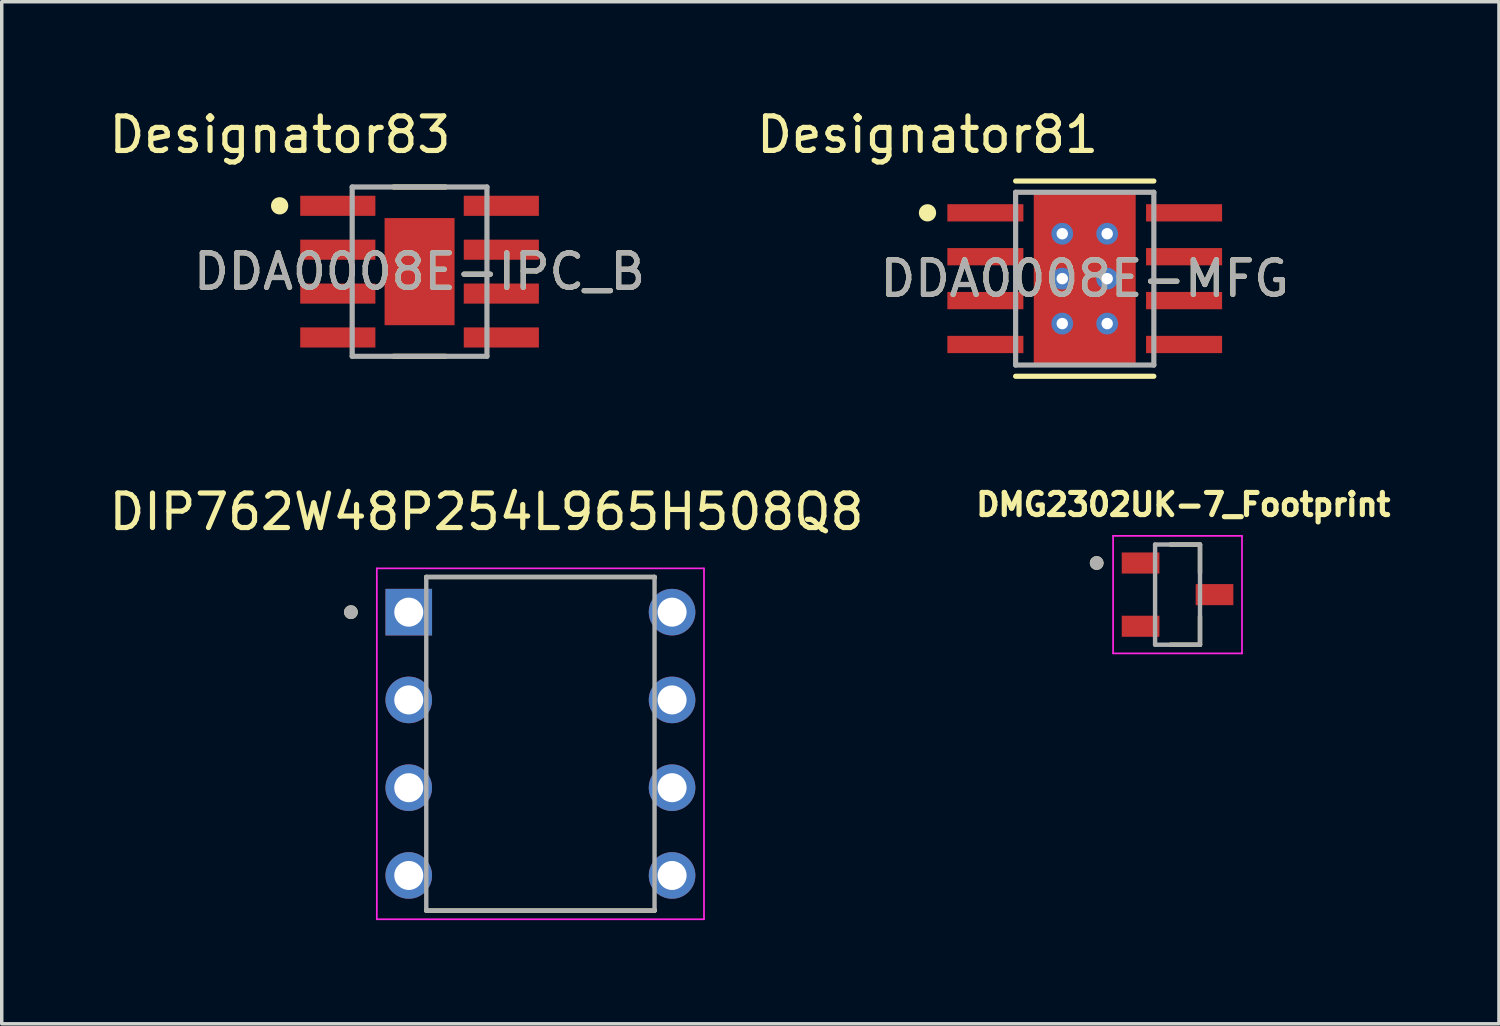
<source format=kicad_pcb>
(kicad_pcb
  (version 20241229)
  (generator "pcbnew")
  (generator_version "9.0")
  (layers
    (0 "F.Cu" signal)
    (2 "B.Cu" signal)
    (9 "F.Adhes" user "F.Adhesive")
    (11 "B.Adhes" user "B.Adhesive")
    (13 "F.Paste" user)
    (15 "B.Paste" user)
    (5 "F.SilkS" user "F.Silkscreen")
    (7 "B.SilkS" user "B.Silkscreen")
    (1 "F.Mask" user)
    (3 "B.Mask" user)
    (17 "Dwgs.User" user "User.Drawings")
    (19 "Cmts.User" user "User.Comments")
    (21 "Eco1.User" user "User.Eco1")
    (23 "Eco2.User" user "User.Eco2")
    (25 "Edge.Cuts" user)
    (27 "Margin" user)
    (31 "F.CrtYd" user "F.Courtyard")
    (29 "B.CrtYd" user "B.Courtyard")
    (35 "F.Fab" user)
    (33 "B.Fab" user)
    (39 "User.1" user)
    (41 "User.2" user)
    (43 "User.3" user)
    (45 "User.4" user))
  (footprint "DDA0008E-MFG"
    (layer "F.Cu")
    (at 28.341 5.014)
    (property "Reference" "DDA0008E-MFG" (at 0 0 0) (unlocked yes) (layer "F.SilkS") (effects (font (size 1 1) (thickness 0.15))))
    (attr smd)
    (fp_poly (pts (xy -1.2 1.5) (xy -1.2 -1.5) (xy -1.15 -1.55) (xy 1.15 -1.55) (xy 1.2 -1.5) (xy 1.2 1.5) (xy 1.15 1.55) (xy -1.15 1.55)) (stroke (width 0) (type solid)) (fill yes) (layer "F.Mask"))
    (fp_line (start -2 -2.825) (end 2 -2.825) (stroke (width 0.15) (type solid)) (layer "F.SilkS"))
    (fp_line (start -2 2.825) (end 2 2.825) (stroke (width 0.15) (type solid)) (layer "F.SilkS"))
    (fp_circle (center -4.55 -1.905) (end -4.425 -1.905) (stroke (width 0.25) (type solid)) (fill no) (layer "F.SilkS"))
    (fp_poly (pts (xy -3.95 0.46) (xy -3.9 0.41) (xy -1.85 0.41) (xy -1.8 0.46) (xy -1.8 0.81) (xy -1.85 0.86) (xy -3.9 0.86) (xy -3.95 0.81)) (stroke (width 0) (type solid)) (fill yes) (layer "F.Paste"))
    (fp_poly (pts (xy -3.9 -0.41) (xy -3.95 -0.46) (xy -3.95 -0.81) (xy -3.9 -0.86) (xy -1.85 -0.86) (xy -1.8 -0.81) (xy -1.8 -0.46) (xy -1.85 -0.41)) (stroke (width 0) (type solid)) (fill yes) (layer "F.Paste"))
    (fp_poly (pts (xy -1.85 -1.68) (xy -3.9 -1.68) (xy -3.95 -1.73) (xy -3.95 -2.08) (xy -3.9 -2.13) (xy -1.85 -2.13) (xy -1.8 -2.08) (xy -1.8 -1.73)) (stroke (width 0) (type solid)) (fill yes) (layer "F.Paste"))
    (fp_poly (pts (xy -1.8 1.73) (xy -1.8 2.08) (xy -1.85 2.13) (xy -3.9 2.13) (xy -3.95 2.08) (xy -3.95 1.73) (xy -3.9 1.68) (xy -1.85 1.68)) (stroke (width 0) (type solid)) (fill yes) (layer "F.Paste"))
    (fp_poly (pts (xy -1.2 1.5) (xy -1.2 -1.5) (xy -1.15 -1.55) (xy 1.15 -1.55) (xy 1.2 -1.5) (xy 1.2 1.5) (xy 1.15 1.55) (xy -1.15 1.55)) (stroke (width 0) (type solid)) (fill yes) (layer "F.Paste"))
    (fp_poly (pts (xy 1.85 0.86) (xy 1.8 0.81) (xy 1.8 0.46) (xy 1.85 0.41) (xy 3.9 0.41) (xy 3.95 0.46) (xy 3.95 0.81) (xy 3.9 0.86)) (stroke (width 0) (type solid)) (fill yes) (layer "F.Paste"))
    (fp_poly (pts (xy 3.9 -1.68) (xy 1.85 -1.68) (xy 1.8 -1.73) (xy 1.8 -2.08) (xy 1.85 -2.13) (xy 3.9 -2.13) (xy 3.95 -2.08) (xy 3.95 -1.73)) (stroke (width 0) (type solid)) (fill yes) (layer "F.Paste"))
    (fp_poly (pts (xy 3.9 -0.86) (xy 3.95 -0.81) (xy 3.95 -0.46) (xy 3.9 -0.41) (xy 1.85 -0.41) (xy 1.8 -0.46) (xy 1.8 -0.81) (xy 1.85 -0.86)) (stroke (width 0) (type solid)) (fill yes) (layer "F.Paste"))
    (fp_poly (pts (xy 3.95 1.73) (xy 3.95 2.08) (xy 3.9 2.13) (xy 1.85 2.13) (xy 1.8 2.08) (xy 1.8 1.73) (xy 1.85 1.68) (xy 3.9 1.68)) (stroke (width 0) (type solid)) (fill yes) (layer "F.Paste"))
    (fp_line (start -2 -2.5) (end 2 -2.5) (stroke (width 0.15) (type solid)) (layer "F.Fab"))
    (fp_line (start -2 2.5) (end -2 -2.5) (stroke (width 0.15) (type solid)) (layer "F.Fab"))
    (fp_line (start -2 2.5) (end 2 2.5) (stroke (width 0.15) (type solid)) (layer "F.Fab"))
    (fp_line (start 2 2.5) (end 2 -2.5) (stroke (width 0.15) (type solid)) (layer "F.Fab"))
    (fp_text user "Designator81" (at -4.547 -4.166 0) (unlocked yes) (layer "F.SilkS") (effects (font (size 1 1) (thickness 0.15))))
    (fp_text user "${REFERENCE}" (at 0 0 0) (unlocked yes) (layer "F.Fab") (effects (font (size 1 1) (thickness 0.15))))
    (pad "1" smd rect (at -2.875 -1.905) (size 2.2 0.5) (layers "F.Cu" "F.Mask"))
    (pad "2" smd rect (at -2.875 -0.635) (size 2.2 0.5) (layers "F.Cu" "F.Mask"))
    (pad "3" smd rect (at -2.875 0.635) (size 2.2 0.5) (layers "F.Cu" "F.Mask"))
    (pad "4" smd rect (at -2.875 1.905) (size 2.2 0.5) (layers "F.Cu" "F.Mask"))
    (pad "5" smd rect (at 2.875 1.905) (size 2.2 0.5) (layers "F.Cu" "F.Mask"))
    (pad "6" smd rect (at 2.875 0.635) (size 2.2 0.5) (layers "F.Cu" "F.Mask"))
    (pad "7" smd rect (at 2.875 -0.635) (size 2.2 0.5) (layers "F.Cu" "F.Mask"))
    (pad "8" smd rect (at 2.875 -1.905) (size 2.2 0.5) (layers "F.Cu" "F.Mask"))
    (pad "9" smd rect (at 0 0) (size 2.95 4.9) (layers "F.Cu"))
    (pad "10" thru_hole circle (at 0.65 1.3) (size 0.63 0.63) (drill 0.33) (layers "*.Cu" "*.Mask"))
    (pad "11" thru_hole circle (at 0.65 0) (size 0.63 0.63) (drill 0.33) (layers "*.Cu" "*.Mask"))
    (pad "12" thru_hole circle (at 0.65 -1.3) (size 0.63 0.63) (drill 0.33) (layers "*.Cu" "*.Mask"))
    (pad "13" thru_hole circle (at -0.65 1.3) (size 0.63 0.63) (drill 0.33) (layers "*.Cu" "*.Mask"))
    (pad "14" thru_hole circle (at -0.65 0) (size 0.63 0.63) (drill 0.33) (layers "*.Cu" "*.Mask"))
    (pad "15" thru_hole circle (at -0.65 -1.3) (size 0.63 0.63) (drill 0.33) (layers "*.Cu" "*.Mask")))
  (footprint "DIP762W48P254L965H508Q8"
    (layer "F.Cu")
    (at 12.589 18.475)
    (property "Reference" "DIP762W48P254L965H508Q8" (at -1.559 -6.713 0) (layer "F.SilkS") (effects (font (size 1 1) (thickness 0.15))))
    (attr through_hole)
    (fp_line (start -3.303 -4.827) (end -3.303 -4.804) (stroke (width 0.127) (type solid)) (layer "F.SilkS"))
    (fp_line (start -3.303 -4.827) (end 3.303 -4.827) (stroke (width 0.127) (type solid)) (layer "F.SilkS"))
    (fp_line (start -3.303 4.827) (end -3.303 4.804) (stroke (width 0.127) (type solid)) (layer "F.SilkS"))
    (fp_line (start -3.303 4.827) (end 3.303 4.827) (stroke (width 0.127) (type solid)) (layer "F.SilkS"))
    (fp_line (start 3.303 -4.827) (end 3.303 -4.804) (stroke (width 0.127) (type solid)) (layer "F.SilkS"))
    (fp_line (start 3.303 4.827) (end 3.303 4.804) (stroke (width 0.127) (type solid)) (layer "F.SilkS"))
    (fp_circle (center -5.484 -3.81) (end -5.384 -3.81) (stroke (width 0.2) (type solid)) (fill no) (layer "F.SilkS"))
    (fp_line (start -4.734 -5.077) (end -4.734 5.077) (stroke (width 0.05) (type solid)) (layer "F.CrtYd"))
    (fp_line (start -4.734 5.077) (end 4.734 5.077) (stroke (width 0.05) (type solid)) (layer "F.CrtYd"))
    (fp_line (start 4.734 -5.077) (end -4.734 -5.077) (stroke (width 0.05) (type solid)) (layer "F.CrtYd"))
    (fp_line (start 4.734 5.077) (end 4.734 -5.077) (stroke (width 0.05) (type solid)) (layer "F.CrtYd"))
    (fp_line (start -3.303 -4.827) (end -3.303 4.827) (stroke (width 0.127) (type solid)) (layer "F.Fab"))
    (fp_line (start -3.303 -4.827) (end 3.303 -4.827) (stroke (width 0.127) (type solid)) (layer "F.Fab"))
    (fp_line (start -3.303 4.827) (end 3.303 4.827) (stroke (width 0.127) (type solid)) (layer "F.Fab"))
    (fp_line (start 3.303 -4.827) (end 3.303 4.827) (stroke (width 0.127) (type solid)) (layer "F.Fab"))
    (fp_circle (center -5.484 -3.81) (end -5.384 -3.81) (stroke (width 0.2) (type solid)) (fill no) (layer "F.Fab"))
    (pad "1" thru_hole rect (at -3.81 -3.81) (size 1.348 1.348) (drill 0.84) (layers "*.Cu" "*.Mask"))
    (pad "2" thru_hole circle (at -3.81 -1.27) (size 1.348 1.348) (drill 0.84) (layers "*.Cu" "*.Mask"))
    (pad "3" thru_hole circle (at -3.81 1.27) (size 1.348 1.348) (drill 0.84) (layers "*.Cu" "*.Mask"))
    (pad "4" thru_hole circle (at -3.81 3.81) (size 1.348 1.348) (drill 0.84) (layers "*.Cu" "*.Mask"))
    (pad "5" thru_hole circle (at 3.81 3.81) (size 1.348 1.348) (drill 0.84) (layers "*.Cu" "*.Mask"))
    (pad "6" thru_hole circle (at 3.81 1.27) (size 1.348 1.348) (drill 0.84) (layers "*.Cu" "*.Mask"))
    (pad "7" thru_hole circle (at 3.81 -1.27) (size 1.348 1.348) (drill 0.84) (layers "*.Cu" "*.Mask"))
    (pad "8" thru_hole circle (at 3.81 -3.81) (size 1.348 1.348) (drill 0.84) (layers "*.Cu" "*.Mask")))
  (footprint "DMG2302UK-7_Footprint"
    (layer "F.Cu")
    (at 31.027 14.158)
    (property "Reference" "DMG2302UK-7_Footprint" (at 0.167 -2.606 0) (layer "F.SilkS") (effects (font (size 0.64 0.64) (thickness 0.15))))
    (attr smd)
    (fp_line (start -0.205 -1.45) (end 0.65 -1.45) (stroke (width 0.127) (type solid)) (layer "F.SilkS"))
    (fp_line (start 0.65 -1.45) (end 0.65 -0.625) (stroke (width 0.127) (type solid)) (layer "F.SilkS"))
    (fp_line (start 0.65 1.45) (end -0.205 1.45) (stroke (width 0.127) (type solid)) (layer "F.SilkS"))
    (fp_line (start 0.65 1.45) (end 0.65 0.625) (stroke (width 0.127) (type solid)) (layer "F.SilkS"))
    (fp_circle (center -2.34 -0.915) (end -2.24 -0.915) (stroke (width 0.2) (type solid)) (fill no) (layer "F.SilkS"))
    (fp_line (start -1.865 -1.7) (end -1.865 1.7) (stroke (width 0.05) (type solid)) (layer "F.CrtYd"))
    (fp_line (start -1.865 1.7) (end 1.865 1.7) (stroke (width 0.05) (type solid)) (layer "F.CrtYd"))
    (fp_line (start 1.865 -1.7) (end -1.865 -1.7) (stroke (width 0.05) (type solid)) (layer "F.CrtYd"))
    (fp_line (start 1.865 1.7) (end 1.865 -1.7) (stroke (width 0.05) (type solid)) (layer "F.CrtYd"))
    (fp_line (start -0.65 -1.45) (end 0.65 -1.45) (stroke (width 0.127) (type solid)) (layer "F.Fab"))
    (fp_line (start -0.65 1.45) (end -0.65 -1.45) (stroke (width 0.127) (type solid)) (layer "F.Fab"))
    (fp_line (start 0.65 -1.45) (end 0.65 1.45) (stroke (width 0.127) (type solid)) (layer "F.Fab"))
    (fp_line (start 0.65 1.45) (end -0.65 1.45) (stroke (width 0.127) (type solid)) (layer "F.Fab"))
    (fp_circle (center -2.34 -0.915) (end -2.24 -0.915) (stroke (width 0.2) (type solid)) (fill no) (layer "F.Fab"))
    (pad "1" smd rect (at -1.07 -0.915) (size 1.09 0.61) (layers "F.Cu" "F.Mask" "F.Paste"))
    (pad "2" smd rect (at -1.07 0.915) (size 1.09 0.61) (layers "F.Cu" "F.Mask" "F.Paste"))
    (pad "3" smd rect (at 1.07 0) (size 1.09 0.61) (layers "F.Cu" "F.Mask" "F.Paste")))
  (footprint "DDA0008E-IPC_B"
    (layer "F.Cu")
    (at 9.092 4.811)
    (property "Reference" "DDA0008E-IPC_B" (at 0 0 0) (unlocked yes) (layer "F.SilkS") (effects (font (size 1 1) (thickness 0.15))))
    (attr smd)
    (fp_line (start -0.75 -2.45) (end 0.75 -2.45) (stroke (width 0.15) (type solid)) (layer "F.SilkS"))
    (fp_line (start -0.75 2.45) (end 0.75 2.45) (stroke (width 0.15) (type solid)) (layer "F.SilkS"))
    (fp_circle (center -4.05 -1.905) (end -3.925 -1.905) (stroke (width 0.25) (type solid)) (fill no) (layer "F.SilkS"))
    (fp_poly (pts (xy -0.568 1.105) (xy 0.568 1.105) (xy 0.568 -1.105) (xy -0.568 -1.105)) (stroke (width 0) (type solid)) (fill yes) (layer "F.Paste"))
    (fp_line (start -1.95 -2.45) (end 1.95 -2.45) (stroke (width 0.15) (type solid)) (layer "F.Fab"))
    (fp_line (start -1.95 2.45) (end -1.95 -2.45) (stroke (width 0.15) (type solid)) (layer "F.Fab"))
    (fp_line (start -1.95 2.45) (end 1.95 2.45) (stroke (width 0.15) (type solid)) (layer "F.Fab"))
    (fp_line (start 1.95 2.45) (end 1.95 -2.45) (stroke (width 0.15) (type solid)) (layer "F.Fab"))
    (fp_text user "Designator83" (at -4.039 -3.962 0) (unlocked yes) (layer "F.SilkS") (effects (font (size 1 1) (thickness 0.15))))
    (fp_text user "${REFERENCE}" (at 0 0 0) (unlocked yes) (layer "F.Fab") (effects (font (size 1 1) (thickness 0.15))))
    (pad "1" smd rect (at -2.366 -1.905) (size 2.174 0.582) (layers "F.Cu" "F.Mask" "F.Paste"))
    (pad "2" smd rect (at -2.366 -0.635) (size 2.174 0.582) (layers "F.Cu" "F.Mask" "F.Paste"))
    (pad "3" smd rect (at -2.366 0.635) (size 2.174 0.582) (layers "F.Cu" "F.Mask" "F.Paste"))
    (pad "4" smd rect (at -2.366 1.905) (size 2.174 0.582) (layers "F.Cu" "F.Mask" "F.Paste"))
    (pad "5" smd rect (at 2.366 1.905) (size 2.174 0.582) (layers "F.Cu" "F.Mask" "F.Paste"))
    (pad "6" smd rect (at 2.366 0.635) (size 2.174 0.582) (layers "F.Cu" "F.Mask" "F.Paste"))
    (pad "7" smd rect (at 2.366 -0.635) (size 2.174 0.582) (layers "F.Cu" "F.Mask" "F.Paste"))
    (pad "8" smd rect (at 2.366 -1.905) (size 2.174 0.582) (layers "F.Cu" "F.Mask" "F.Paste"))
    (pad "9" smd rect (at 0 0) (size 2.025 3.1) (layers "F.Cu" "F.Mask")))
  (gr_rect
    (start -3 -3)
    (end 40.328 26.577)
    (stroke (width 0.1) (type default))
    (fill no)
    (layer "Edge.Cuts")))
</source>
